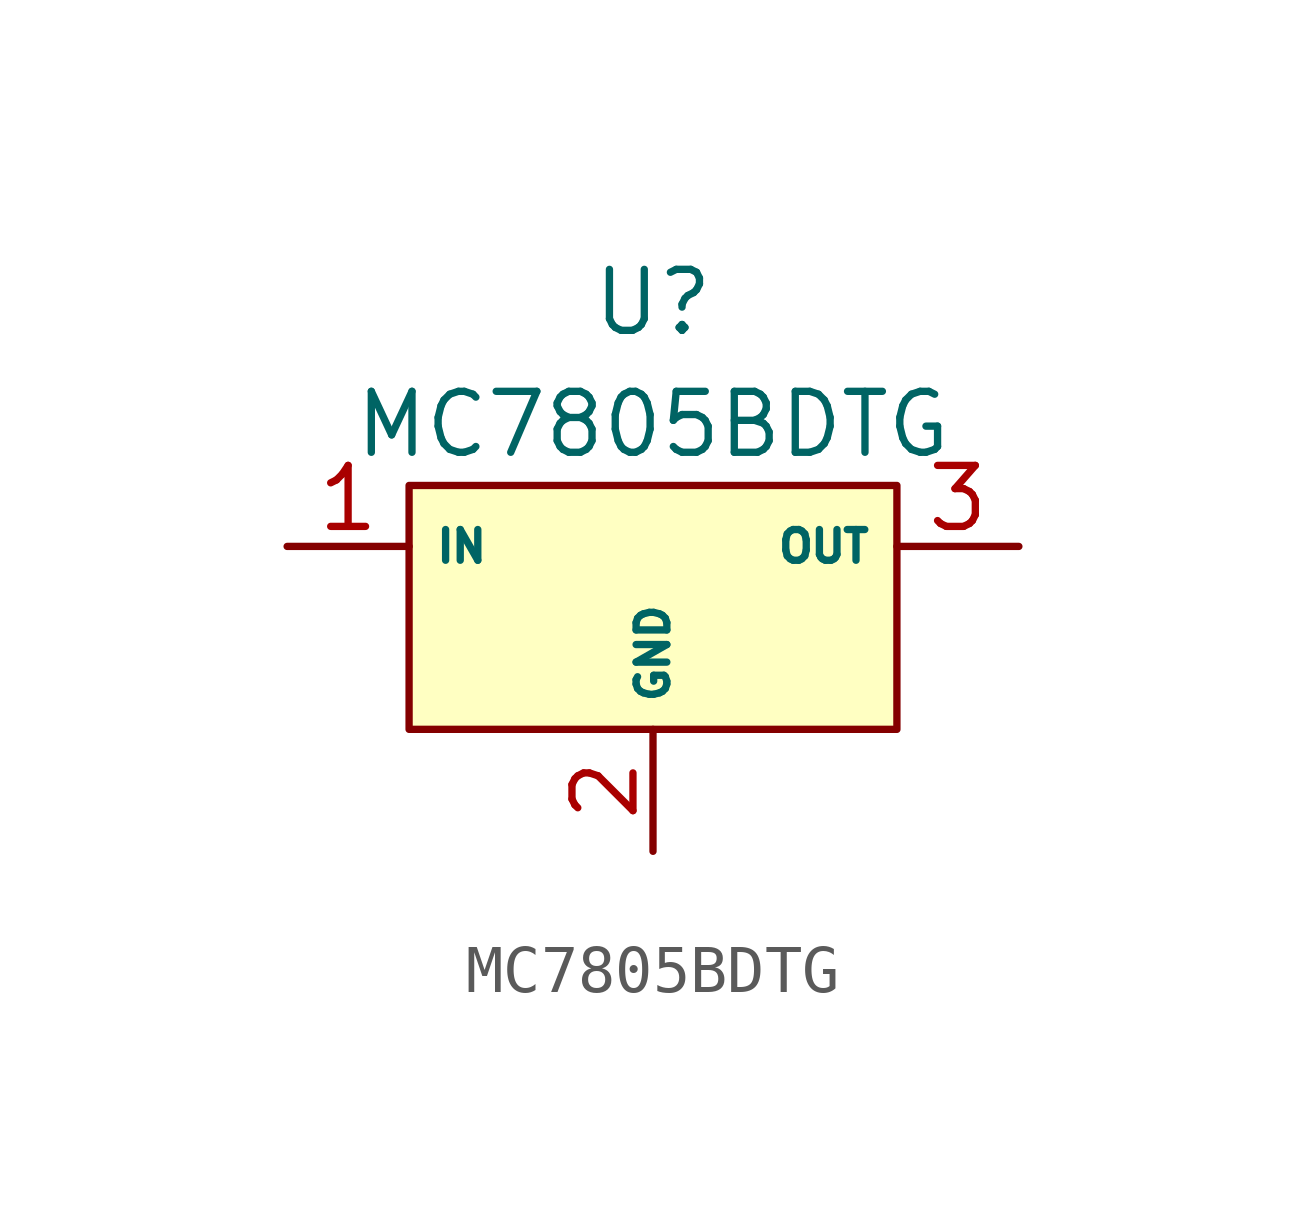
<source format=kicad_sym>
(kicad_symbol_lib
  (version 20211014)
  (generator kicad_symbol_editor)
  (symbol "MC7805BDTG"
    (property "Reference" "U"
      (at 0 7.62 0)
      (effects (font (size 1.27 1.27))))
    (property "Value" "MC7805BDTG"
      (at 0 5.08 0)
      (effects (font (size 1.27 1.27))))
    (symbol "MC7805BDTG_0_1"
      (rectangle (start -5.08 3.81) (end 5.08 -1.27) (stroke (width 0) (type default) (color 0 0 0 0)) (fill (type background))))
    (symbol "MC7805BDTG_1_1"
      (pin input line (at -7.62 2.54 0) (length 2.54) (name "IN" (effects (font (size 0.64 0.64)))) (number "1" (effects (font (size 1.27 1.27)))))
      (pin input line (at 0 -3.81 90) (length 2.54) (name "GND" (effects (font (size 0.64 0.64)))) (number "2" (effects (font (size 1.27 1.27)))))
      (pin input line (at 7.62 2.54 180) (length 2.54) (name "OUT" (effects (font (size 0.64 0.64)))) (number "3" (effects (font (size 1.27 1.27))))))))
</source>
